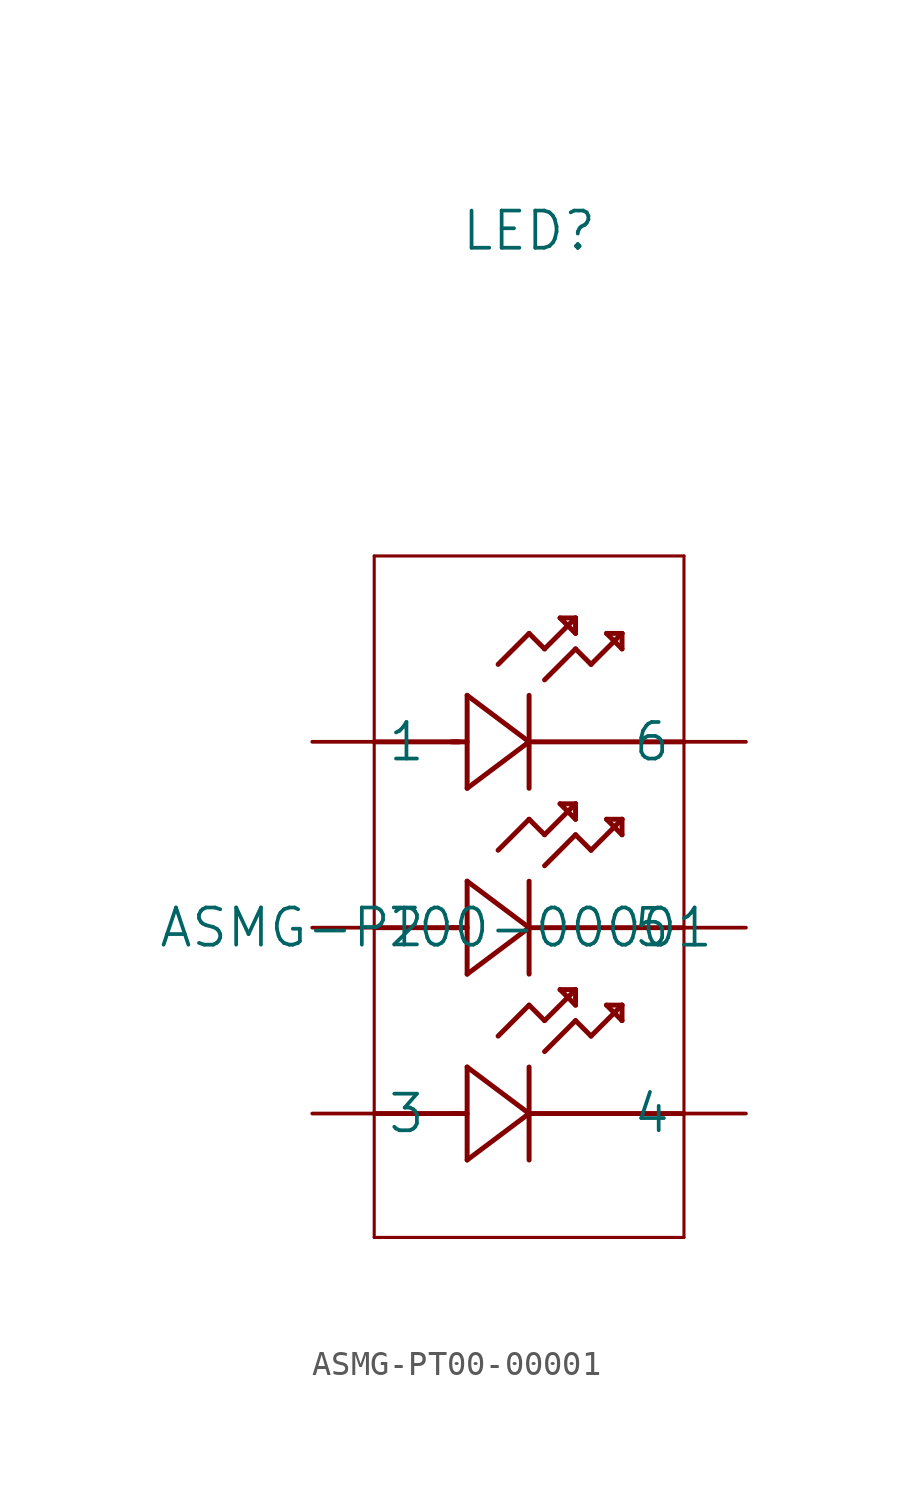
<source format=kicad_sym>
(kicad_symbol_lib
  (version 20211014)
  (generator kicad_symbol_editor)
  (symbol "ASMG-PT00-00001"
    (pin_numbers hide)
    (property "Reference" "LED"
      (at 8.89 20.955 0)
      (effects (font (size 1.524 1.524))))
    (property "Value" "ASMG-PT00-00001"
      (at 5.08 -7.62 0)
      (effects (font (size 1.524 1.524))))
    (property "Datasheet" ""
      (at 0 0 0)
      (effects (font (size 1.524 1.524))))
    (property "ki_locked" ""
      (at 0 0 0)
      (effects (font (size 1.27 1.27))))
    (symbol "ASMG-PT00-00001_1_1"
      (polyline (pts (xy 2.54 -20.32) (xy 15.24 -20.32)) (stroke (width 0.127) (type default) (color 0 0 0 0)) (fill (type none)))
      (polyline (pts (xy 2.54 -15.24) (xy 6.02 -15.24)) (stroke (width 0.203) (type default) (color 0 0 0 0)) (fill (type none)))
      (polyline (pts (xy 2.54 -7.62) (xy 6.02 -7.62)) (stroke (width 0.203) (type default) (color 0 0 0 0)) (fill (type none)))
      (polyline (pts (xy 2.54 0) (xy 6.02 0)) (stroke (width 0.203) (type default) (color 0 0 0 0)) (fill (type none)))
      (polyline (pts (xy 2.54 7.62) (xy 2.54 -20.32)) (stroke (width 0.127) (type default) (color 0 0 0 0)) (fill (type none)))
      (polyline (pts (xy 5.715 -15.24) (xy 6.35 -15.24)) (stroke (width 0.203) (type default) (color 0 0 0 0)) (fill (type none)))
      (polyline (pts (xy 5.715 -7.62) (xy 6.35 -7.62)) (stroke (width 0.203) (type default) (color 0 0 0 0)) (fill (type none)))
      (polyline (pts (xy 5.715 0) (xy 6.35 0)) (stroke (width 0.203) (type default) (color 0 0 0 0)) (fill (type none)))
      (polyline (pts (xy 6.35 -17.145) (xy 8.89 -15.24)) (stroke (width 0.203) (type default) (color 0 0 0 0)) (fill (type none)))
      (polyline (pts (xy 6.35 -13.335) (xy 6.35 -17.145)) (stroke (width 0.203) (type default) (color 0 0 0 0)) (fill (type none)))
      (polyline (pts (xy 6.35 -9.525) (xy 8.89 -7.62)) (stroke (width 0.203) (type default) (color 0 0 0 0)) (fill (type none)))
      (polyline (pts (xy 6.35 -5.715) (xy 6.35 -9.525)) (stroke (width 0.203) (type default) (color 0 0 0 0)) (fill (type none)))
      (polyline (pts (xy 6.35 -1.905) (xy 8.89 0)) (stroke (width 0.203) (type default) (color 0 0 0 0)) (fill (type none)))
      (polyline (pts (xy 6.35 1.905) (xy 6.35 -1.905)) (stroke (width 0.203) (type default) (color 0 0 0 0)) (fill (type none)))
      (polyline (pts (xy 7.62 -12.065) (xy 8.89 -10.795)) (stroke (width 0.203) (type default) (color 0 0 0 0)) (fill (type none)))
      (polyline (pts (xy 7.62 -4.445) (xy 8.89 -3.175)) (stroke (width 0.203) (type default) (color 0 0 0 0)) (fill (type none)))
      (polyline (pts (xy 7.62 3.175) (xy 8.89 4.445)) (stroke (width 0.203) (type default) (color 0 0 0 0)) (fill (type none)))
      (polyline (pts (xy 8.89 -17.145) (xy 8.89 -13.335)) (stroke (width 0.203) (type default) (color 0 0 0 0)) (fill (type none)))
      (polyline (pts (xy 8.89 -15.24) (xy 6.35 -13.335)) (stroke (width 0.203) (type default) (color 0 0 0 0)) (fill (type none)))
      (polyline (pts (xy 8.89 -15.24) (xy 15.24 -15.24)) (stroke (width 0.203) (type default) (color 0 0 0 0)) (fill (type none)))
      (polyline (pts (xy 8.89 -10.795) (xy 9.525 -11.43)) (stroke (width 0.203) (type default) (color 0 0 0 0)) (fill (type none)))
      (polyline (pts (xy 8.89 -9.525) (xy 8.89 -5.715)) (stroke (width 0.203) (type default) (color 0 0 0 0)) (fill (type none)))
      (polyline (pts (xy 8.89 -7.62) (xy 6.35 -5.715)) (stroke (width 0.203) (type default) (color 0 0 0 0)) (fill (type none)))
      (polyline (pts (xy 8.89 -7.62) (xy 15.24 -7.62)) (stroke (width 0.203) (type default) (color 0 0 0 0)) (fill (type none)))
      (polyline (pts (xy 8.89 -3.175) (xy 9.525 -3.81)) (stroke (width 0.203) (type default) (color 0 0 0 0)) (fill (type none)))
      (polyline (pts (xy 8.89 -1.905) (xy 8.89 1.905)) (stroke (width 0.203) (type default) (color 0 0 0 0)) (fill (type none)))
      (polyline (pts (xy 8.89 0) (xy 6.35 1.905)) (stroke (width 0.203) (type default) (color 0 0 0 0)) (fill (type none)))
      (polyline (pts (xy 8.89 0) (xy 15.24 0)) (stroke (width 0.203) (type default) (color 0 0 0 0)) (fill (type none)))
      (polyline (pts (xy 8.89 4.445) (xy 9.525 3.81)) (stroke (width 0.203) (type default) (color 0 0 0 0)) (fill (type none)))
      (polyline (pts (xy 9.525 -12.7) (xy 10.795 -11.43)) (stroke (width 0.203) (type default) (color 0 0 0 0)) (fill (type none)))
      (polyline (pts (xy 9.525 -11.43) (xy 10.795 -10.16)) (stroke (width 0.203) (type default) (color 0 0 0 0)) (fill (type none)))
      (polyline (pts (xy 9.525 -5.08) (xy 10.795 -3.81)) (stroke (width 0.203) (type default) (color 0 0 0 0)) (fill (type none)))
      (polyline (pts (xy 9.525 -3.81) (xy 10.795 -2.54)) (stroke (width 0.203) (type default) (color 0 0 0 0)) (fill (type none)))
      (polyline (pts (xy 9.525 2.54) (xy 10.795 3.81)) (stroke (width 0.203) (type default) (color 0 0 0 0)) (fill (type none)))
      (polyline (pts (xy 9.525 3.81) (xy 10.795 5.08)) (stroke (width 0.203) (type default) (color 0 0 0 0)) (fill (type none)))
      (polyline (pts (xy 10.16 -10.16) (xy 10.795 -10.795)) (stroke (width 0.203) (type default) (color 0 0 0 0)) (fill (type none)))
      (polyline (pts (xy 10.16 -2.54) (xy 10.795 -3.175)) (stroke (width 0.203) (type default) (color 0 0 0 0)) (fill (type none)))
      (polyline (pts (xy 10.16 5.08) (xy 10.795 4.445)) (stroke (width 0.203) (type default) (color 0 0 0 0)) (fill (type none)))
      (polyline (pts (xy 10.795 -11.43) (xy 11.43 -12.065)) (stroke (width 0.203) (type default) (color 0 0 0 0)) (fill (type none)))
      (polyline (pts (xy 10.795 -10.795) (xy 10.795 -10.16)) (stroke (width 0.203) (type default) (color 0 0 0 0)) (fill (type none)))
      (polyline (pts (xy 10.795 -10.16) (xy 10.16 -10.16)) (stroke (width 0.203) (type default) (color 0 0 0 0)) (fill (type none)))
      (polyline (pts (xy 10.795 -3.81) (xy 11.43 -4.445)) (stroke (width 0.203) (type default) (color 0 0 0 0)) (fill (type none)))
      (polyline (pts (xy 10.795 -3.175) (xy 10.795 -2.54)) (stroke (width 0.203) (type default) (color 0 0 0 0)) (fill (type none)))
      (polyline (pts (xy 10.795 -2.54) (xy 10.16 -2.54)) (stroke (width 0.203) (type default) (color 0 0 0 0)) (fill (type none)))
      (polyline (pts (xy 10.795 3.81) (xy 11.43 3.175)) (stroke (width 0.203) (type default) (color 0 0 0 0)) (fill (type none)))
      (polyline (pts (xy 10.795 4.445) (xy 10.795 5.08)) (stroke (width 0.203) (type default) (color 0 0 0 0)) (fill (type none)))
      (polyline (pts (xy 10.795 5.08) (xy 10.16 5.08)) (stroke (width 0.203) (type default) (color 0 0 0 0)) (fill (type none)))
      (polyline (pts (xy 11.43 -12.065) (xy 12.7 -10.795)) (stroke (width 0.203) (type default) (color 0 0 0 0)) (fill (type none)))
      (polyline (pts (xy 11.43 -4.445) (xy 12.7 -3.175)) (stroke (width 0.203) (type default) (color 0 0 0 0)) (fill (type none)))
      (polyline (pts (xy 11.43 3.175) (xy 12.7 4.445)) (stroke (width 0.203) (type default) (color 0 0 0 0)) (fill (type none)))
      (polyline (pts (xy 12.065 -10.795) (xy 12.7 -11.43)) (stroke (width 0.203) (type default) (color 0 0 0 0)) (fill (type none)))
      (polyline (pts (xy 12.065 -3.175) (xy 12.7 -3.81)) (stroke (width 0.203) (type default) (color 0 0 0 0)) (fill (type none)))
      (polyline (pts (xy 12.065 4.445) (xy 12.7 3.81)) (stroke (width 0.203) (type default) (color 0 0 0 0)) (fill (type none)))
      (polyline (pts (xy 12.7 -11.43) (xy 12.7 -10.795)) (stroke (width 0.203) (type default) (color 0 0 0 0)) (fill (type none)))
      (polyline (pts (xy 12.7 -10.795) (xy 12.065 -10.795)) (stroke (width 0.203) (type default) (color 0 0 0 0)) (fill (type none)))
      (polyline (pts (xy 12.7 -3.81) (xy 12.7 -3.175)) (stroke (width 0.203) (type default) (color 0 0 0 0)) (fill (type none)))
      (polyline (pts (xy 12.7 -3.175) (xy 12.065 -3.175)) (stroke (width 0.203) (type default) (color 0 0 0 0)) (fill (type none)))
      (polyline (pts (xy 12.7 3.81) (xy 12.7 4.445)) (stroke (width 0.203) (type default) (color 0 0 0 0)) (fill (type none)))
      (polyline (pts (xy 12.7 4.445) (xy 12.065 4.445)) (stroke (width 0.203) (type default) (color 0 0 0 0)) (fill (type none)))
      (polyline (pts (xy 15.24 -20.32) (xy 15.24 7.62)) (stroke (width 0.127) (type default) (color 0 0 0 0)) (fill (type none)))
      (polyline (pts (xy 15.24 7.62) (xy 2.54 7.62)) (stroke (width 0.127) (type default) (color 0 0 0 0)) (fill (type none)))
      (pin unspecified line (at 0 0 0) (length 2.54) (name "1" (effects (font (size 1.499 1.499)))) (number "1" (effects (font (size 1.499 1.499)))))
      (pin unspecified line (at 0 -7.62 0) (length 2.54) (name "2" (effects (font (size 1.499 1.499)))) (number "2" (effects (font (size 1.499 1.499)))))
      (pin unspecified line (at 0 -15.24 0) (length 2.54) (name "3" (effects (font (size 1.499 1.499)))) (number "3" (effects (font (size 1.499 1.499)))))
      (pin unspecified line (at 17.78 -15.24 180) (length 2.54) (name "4" (effects (font (size 1.499 1.499)))) (number "4" (effects (font (size 1.499 1.499)))))
      (pin unspecified line (at 17.78 -7.62 180) (length 2.54) (name "5" (effects (font (size 1.499 1.499)))) (number "5" (effects (font (size 1.499 1.499)))))
      (pin unspecified line (at 17.78 0 180) (length 2.54) (name "6" (effects (font (size 1.499 1.499)))) (number "6" (effects (font (size 1.499 1.499))))))))
</source>
